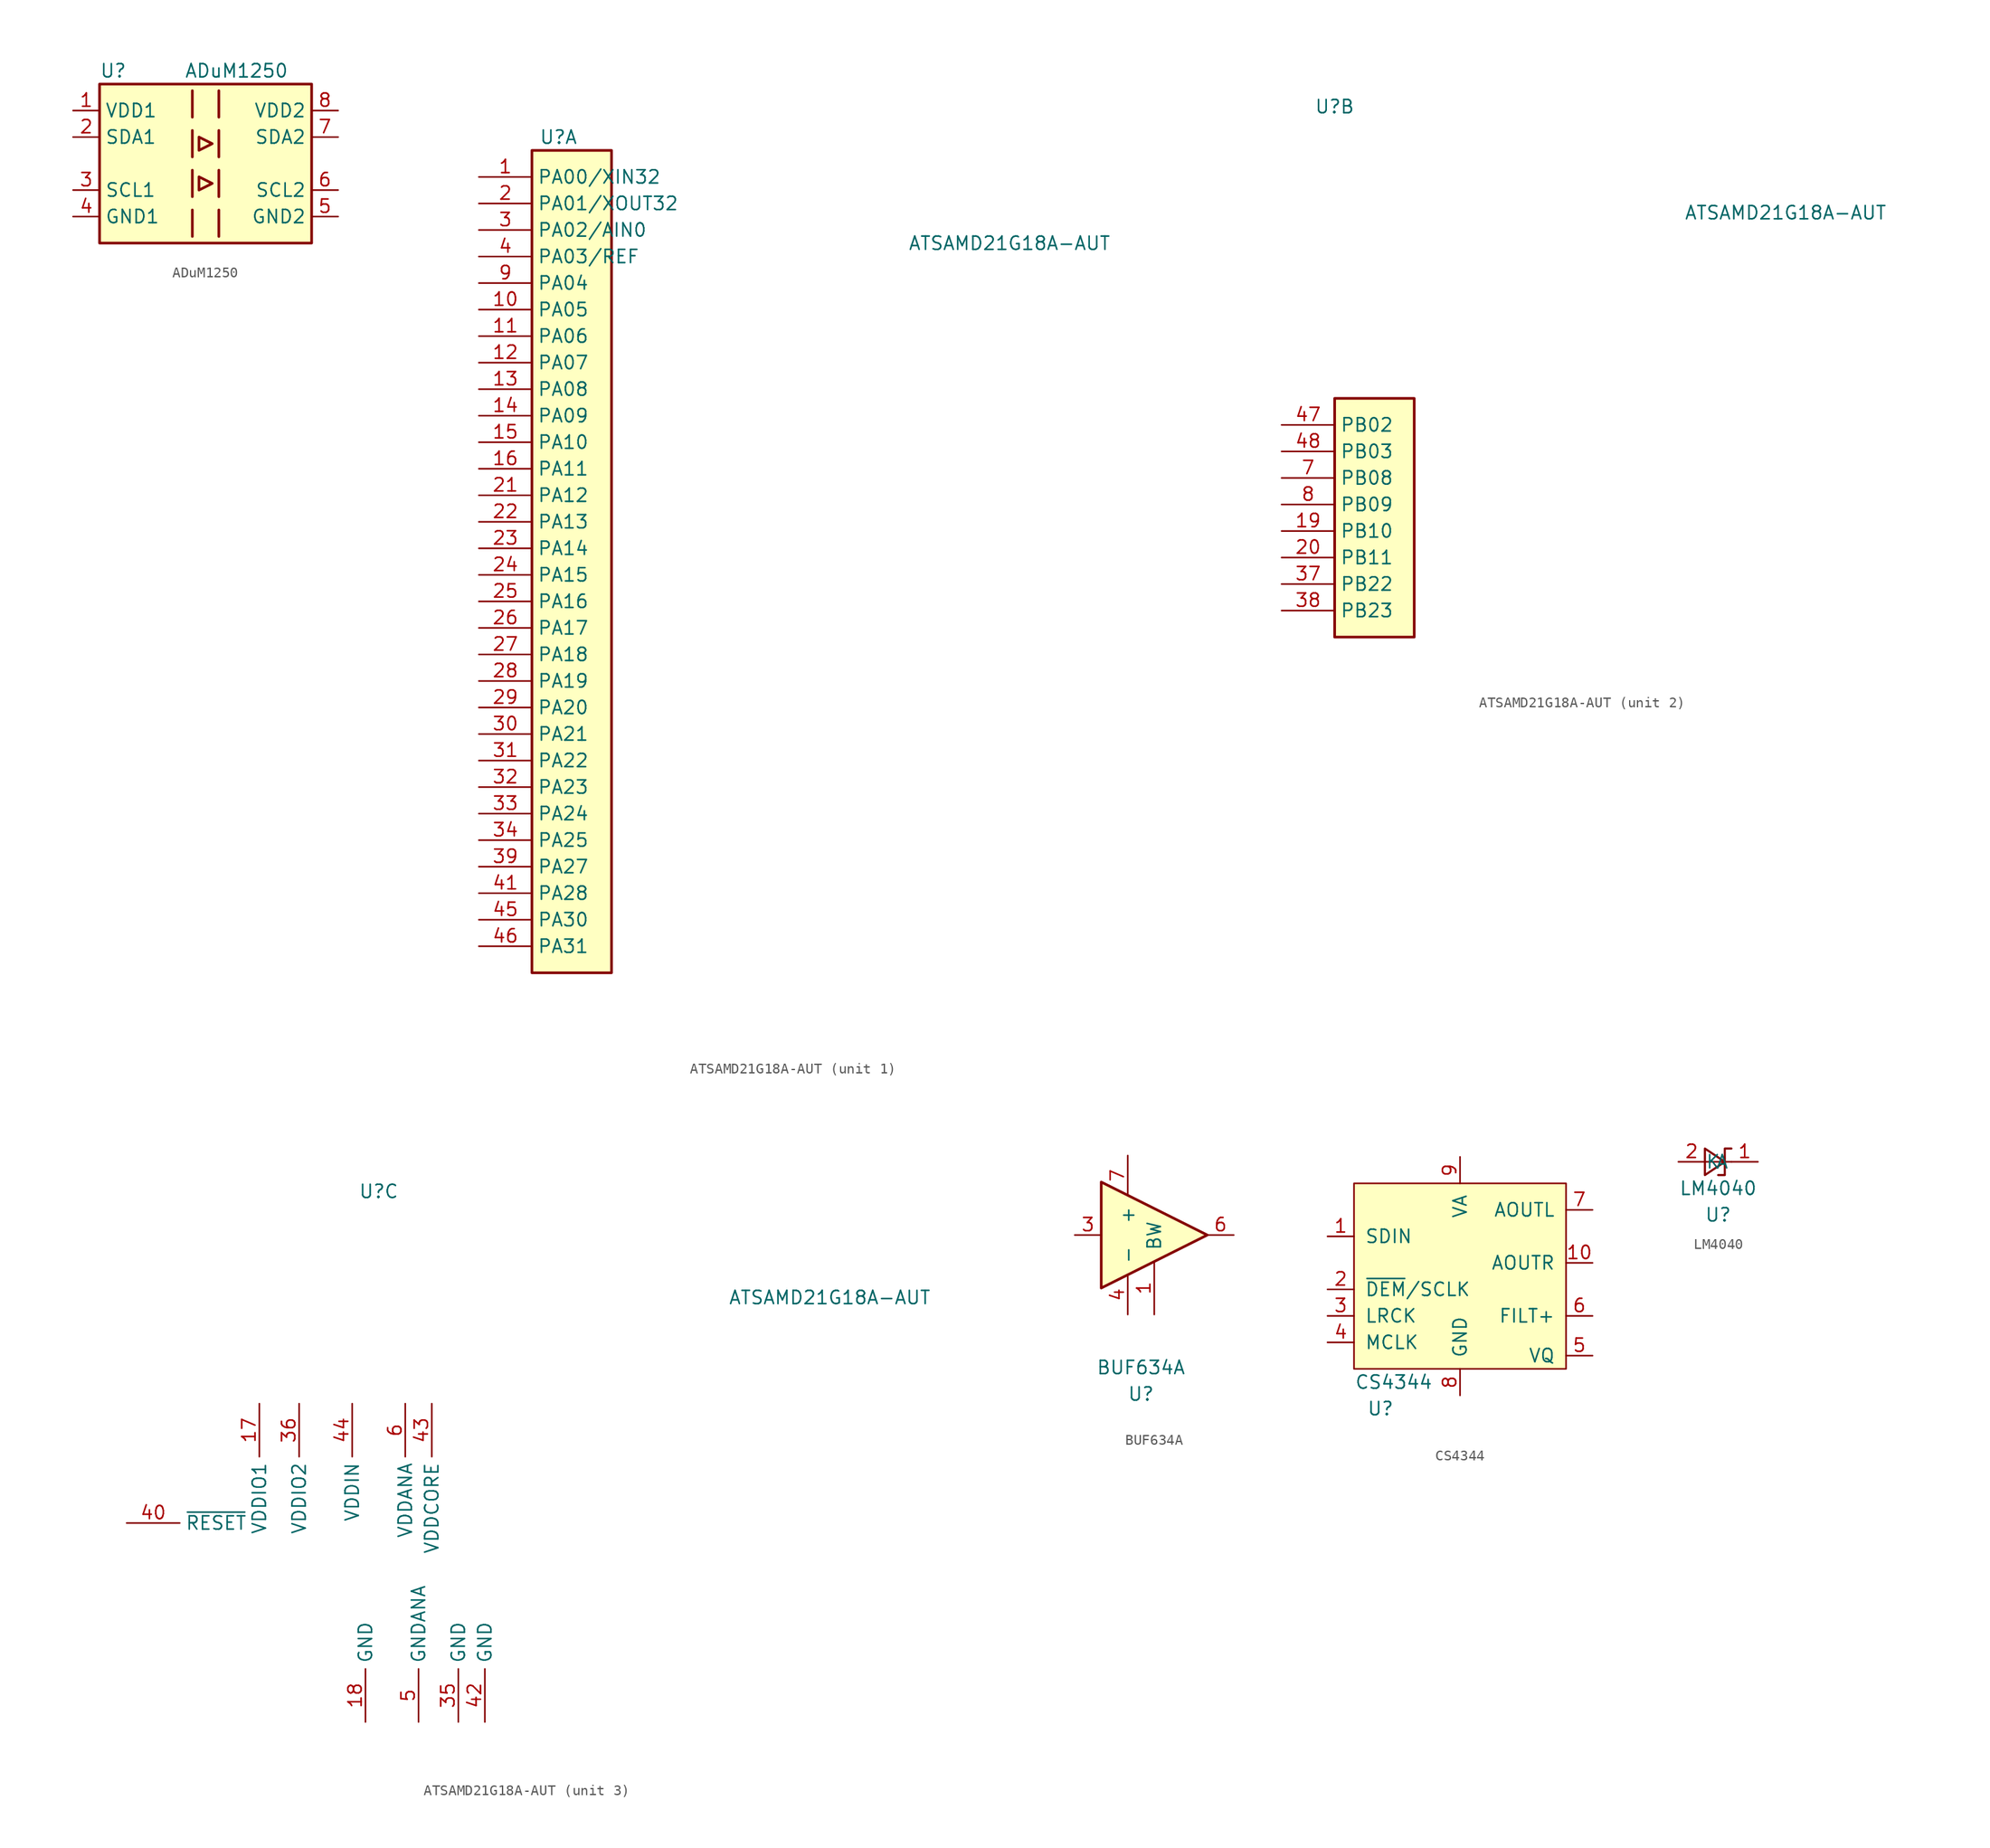
<source format=kicad_sym>
(kicad_symbol_lib
  (version 20231120)
  (generator "kicad_symbol_editor")
  (generator_version "8.0")
  (symbol "ADuM1250"
    (property "Reference" "U"
      (at -10.16 8.89 0)
      (effects (font (size 1.27 1.27)) (justify left)))
    (property "Value" "ADuM1250"
      (at -2.032 8.89 0)
      (effects (font (size 1.27 1.27)) (justify left)))
    (symbol "ADuM1250_0_1"
      (rectangle (start -10.16 7.62) (end 10.16 -7.62) (stroke (width 0.254) (type default)) (fill (type background)))
      (polyline (pts (xy -1.27 -4.445) (xy -1.27 -6.985)) (stroke (width 0.254) (type default)) (fill (type none)))
      (polyline (pts (xy -1.27 -0.635) (xy -1.27 -3.175)) (stroke (width 0.254) (type default)) (fill (type none)))
      (polyline (pts (xy -1.27 3.175) (xy -1.27 0.635)) (stroke (width 0.254) (type default)) (fill (type none)))
      (polyline (pts (xy -1.27 6.985) (xy -1.27 4.445)) (stroke (width 0.254) (type default)) (fill (type none)))
      (polyline (pts (xy 1.27 -4.445) (xy 1.27 -6.985)) (stroke (width 0.254) (type default)) (fill (type none)))
      (polyline (pts (xy 1.27 -0.635) (xy 1.27 -3.175)) (stroke (width 0.254) (type default)) (fill (type none)))
      (polyline (pts (xy 1.27 3.175) (xy 1.27 0.635)) (stroke (width 0.254) (type default)) (fill (type none)))
      (polyline (pts (xy 1.27 6.985) (xy 1.27 4.445)) (stroke (width 0.254) (type default)) (fill (type none)))
      (polyline (pts (xy -0.635 -1.27) (xy -0.635 -2.54) (xy 0.635 -1.905) (xy -0.635 -1.27)) (stroke (width 0.254) (type default)) (fill (type none)))
      (polyline (pts (xy -0.635 1.27) (xy 0.635 1.905) (xy -0.635 2.54) (xy -0.635 1.27)) (stroke (width 0.254) (type default)) (fill (type none))))
    (symbol "ADuM1250_1_1"
      (pin power_in line (at -12.7 5.08 0) (length 2.54) (name "VDD1" (effects (font (size 1.27 1.27)))) (number "1" (effects (font (size 1.27 1.27)))))
      (pin bidirectional line (at -12.7 2.54 0) (length 2.54) (name "SDA1" (effects (font (size 1.27 1.27)))) (number "2" (effects (font (size 1.27 1.27)))))
      (pin bidirectional line (at -12.7 -2.54 0) (length 2.54) (name "SCL1" (effects (font (size 1.27 1.27)))) (number "3" (effects (font (size 1.27 1.27)))))
      (pin power_in line (at -12.7 -5.08 0) (length 2.54) (name "GND1" (effects (font (size 1.27 1.27)))) (number "4" (effects (font (size 1.27 1.27)))))
      (pin power_in line (at 12.7 -5.08 180) (length 2.54) (name "GND2" (effects (font (size 1.27 1.27)))) (number "5" (effects (font (size 1.27 1.27)))))
      (pin bidirectional line (at 12.7 -2.54 180) (length 2.54) (name "SCL2" (effects (font (size 1.27 1.27)))) (number "6" (effects (font (size 1.27 1.27)))))
      (pin bidirectional line (at 12.7 2.54 180) (length 2.54) (name "SDA2" (effects (font (size 1.27 1.27)))) (number "7" (effects (font (size 1.27 1.27)))))
      (pin power_in line (at 12.7 5.08 180) (length 2.54) (name "VDD2" (effects (font (size 1.27 1.27)))) (number "8" (effects (font (size 1.27 1.27)))))))
  (symbol "ATSAMD21G18A-AUT"
    (property "Reference" "U"
      (at -1.27 39.37 0)
      (effects (font (size 1.27 1.27))))
    (property "Value" "ATSAMD21G18A-AUT"
      (at 41.91 29.21 0)
      (effects (font (size 1.27 1.27))))
    (property "ki_locked" ""
      (at 0 0 0)
      (effects (font (size 1.27 1.27))))
    (symbol "ATSAMD21G18A-AUT_1_1"
      (rectangle (start -3.81 38.1) (end 3.81 -40.64) (stroke (width 0.254) (type default)) (fill (type background)))
      (pin bidirectional line (at -8.89 35.56 0) (length 5.08) (name "PA00/XIN32" (effects (font (size 1.27 1.27)))) (number "1" (effects (font (size 1.27 1.27)))))
      (pin bidirectional line (at -8.89 22.86 0) (length 5.08) (name "PA05" (effects (font (size 1.27 1.27)))) (number "10" (effects (font (size 1.27 1.27)))))
      (pin bidirectional line (at -8.89 20.32 0) (length 5.08) (name "PA06" (effects (font (size 1.27 1.27)))) (number "11" (effects (font (size 1.27 1.27)))))
      (pin bidirectional line (at -8.89 17.78 0) (length 5.08) (name "PA07" (effects (font (size 1.27 1.27)))) (number "12" (effects (font (size 1.27 1.27)))))
      (pin bidirectional line (at -8.89 15.24 0) (length 5.08) (name "PA08" (effects (font (size 1.27 1.27)))) (number "13" (effects (font (size 1.27 1.27)))))
      (pin bidirectional line (at -8.89 12.7 0) (length 5.08) (name "PA09" (effects (font (size 1.27 1.27)))) (number "14" (effects (font (size 1.27 1.27)))))
      (pin bidirectional line (at -8.89 10.16 0) (length 5.08) (name "PA10" (effects (font (size 1.27 1.27)))) (number "15" (effects (font (size 1.27 1.27)))))
      (pin bidirectional line (at -8.89 7.62 0) (length 5.08) (name "PA11" (effects (font (size 1.27 1.27)))) (number "16" (effects (font (size 1.27 1.27)))))
      (pin bidirectional line (at -8.89 33.02 0) (length 5.08) (name "PA01/XOUT32" (effects (font (size 1.27 1.27)))) (number "2" (effects (font (size 1.27 1.27)))))
      (pin bidirectional line (at -8.89 5.08 0) (length 5.08) (name "PA12" (effects (font (size 1.27 1.27)))) (number "21" (effects (font (size 1.27 1.27)))))
      (pin bidirectional line (at -8.89 2.54 0) (length 5.08) (name "PA13" (effects (font (size 1.27 1.27)))) (number "22" (effects (font (size 1.27 1.27)))))
      (pin bidirectional line (at -8.89 0 0) (length 5.08) (name "PA14" (effects (font (size 1.27 1.27)))) (number "23" (effects (font (size 1.27 1.27)))))
      (pin bidirectional line (at -8.89 -2.54 0) (length 5.08) (name "PA15" (effects (font (size 1.27 1.27)))) (number "24" (effects (font (size 1.27 1.27)))))
      (pin bidirectional line (at -8.89 -5.08 0) (length 5.08) (name "PA16" (effects (font (size 1.27 1.27)))) (number "25" (effects (font (size 1.27 1.27)))))
      (pin bidirectional line (at -8.89 -7.62 0) (length 5.08) (name "PA17" (effects (font (size 1.27 1.27)))) (number "26" (effects (font (size 1.27 1.27)))))
      (pin bidirectional line (at -8.89 -10.16 0) (length 5.08) (name "PA18" (effects (font (size 1.27 1.27)))) (number "27" (effects (font (size 1.27 1.27)))))
      (pin bidirectional line (at -8.89 -12.7 0) (length 5.08) (name "PA19" (effects (font (size 1.27 1.27)))) (number "28" (effects (font (size 1.27 1.27)))))
      (pin bidirectional line (at -8.89 -15.24 0) (length 5.08) (name "PA20" (effects (font (size 1.27 1.27)))) (number "29" (effects (font (size 1.27 1.27)))))
      (pin bidirectional line (at -8.89 30.48 0) (length 5.08) (name "PA02/AIN0" (effects (font (size 1.27 1.27)))) (number "3" (effects (font (size 1.27 1.27)))))
      (pin bidirectional line (at -8.89 -17.78 0) (length 5.08) (name "PA21" (effects (font (size 1.27 1.27)))) (number "30" (effects (font (size 1.27 1.27)))))
      (pin bidirectional line (at -8.89 -20.32 0) (length 5.08) (name "PA22" (effects (font (size 1.27 1.27)))) (number "31" (effects (font (size 1.27 1.27)))))
      (pin bidirectional line (at -8.89 -22.86 0) (length 5.08) (name "PA23" (effects (font (size 1.27 1.27)))) (number "32" (effects (font (size 1.27 1.27)))))
      (pin bidirectional line (at -8.89 -25.4 0) (length 5.08) (name "PA24" (effects (font (size 1.27 1.27)))) (number "33" (effects (font (size 1.27 1.27)))))
      (pin bidirectional line (at -8.89 -27.94 0) (length 5.08) (name "PA25" (effects (font (size 1.27 1.27)))) (number "34" (effects (font (size 1.27 1.27)))))
      (pin bidirectional line (at -8.89 -30.48 0) (length 5.08) (name "PA27" (effects (font (size 1.27 1.27)))) (number "39" (effects (font (size 1.27 1.27)))))
      (pin bidirectional line (at -8.89 27.94 0) (length 5.08) (name "PA03/REF" (effects (font (size 1.27 1.27)))) (number "4" (effects (font (size 1.27 1.27)))))
      (pin bidirectional line (at -8.89 -33.02 0) (length 5.08) (name "PA28" (effects (font (size 1.27 1.27)))) (number "41" (effects (font (size 1.27 1.27)))))
      (pin bidirectional line (at -8.89 -35.56 0) (length 5.08) (name "PA30" (effects (font (size 1.27 1.27)))) (number "45" (effects (font (size 1.27 1.27)))))
      (pin bidirectional line (at -8.89 -38.1 0) (length 5.08) (name "PA31" (effects (font (size 1.27 1.27)))) (number "46" (effects (font (size 1.27 1.27)))))
      (pin bidirectional line (at -8.89 25.4 0) (length 5.08) (name "PA04" (effects (font (size 1.27 1.27)))) (number "9" (effects (font (size 1.27 1.27))))))
    (symbol "ATSAMD21G18A-AUT_2_1"
      (rectangle (start -1.27 11.43) (end 6.35 -11.43) (stroke (width 0.254) (type default)) (fill (type background)))
      (pin bidirectional line (at -6.35 -1.27 0) (length 5.08) (name "PB10" (effects (font (size 1.27 1.27)))) (number "19" (effects (font (size 1.27 1.27)))))
      (pin bidirectional line (at -6.35 -3.81 0) (length 5.08) (name "PB11" (effects (font (size 1.27 1.27)))) (number "20" (effects (font (size 1.27 1.27)))))
      (pin bidirectional line (at -6.35 -6.35 0) (length 5.08) (name "PB22" (effects (font (size 1.27 1.27)))) (number "37" (effects (font (size 1.27 1.27)))))
      (pin bidirectional line (at -6.35 -8.89 0) (length 5.08) (name "PB23" (effects (font (size 1.27 1.27)))) (number "38" (effects (font (size 1.27 1.27)))))
      (pin bidirectional line (at -6.35 8.89 0) (length 5.08) (name "PB02" (effects (font (size 1.27 1.27)))) (number "47" (effects (font (size 1.27 1.27)))))
      (pin bidirectional line (at -6.35 6.35 0) (length 5.08) (name "PB03" (effects (font (size 1.27 1.27)))) (number "48" (effects (font (size 1.27 1.27)))))
      (pin bidirectional line (at -6.35 3.81 0) (length 5.08) (name "PB08" (effects (font (size 1.27 1.27)))) (number "7" (effects (font (size 1.27 1.27)))))
      (pin bidirectional line (at -6.35 1.27 0) (length 5.08) (name "PB09" (effects (font (size 1.27 1.27)))) (number "8" (effects (font (size 1.27 1.27))))))
    (symbol "ATSAMD21G18A-AUT_3_1"
      (pin power_in line (at -12.7 19.05 270) (length 5.08) (name "VDDIO1" (effects (font (size 1.27 1.27)))) (number "17" (effects (font (size 1.27 1.27)))))
      (pin power_in line (at -2.54 -11.43 90) (length 5.08) (name "GND" (effects (font (size 1.27 1.27)))) (number "18" (effects (font (size 1.27 1.27)))))
      (pin power_in line (at 6.35 -11.43 90) (length 5.08) (name "GND" (effects (font (size 1.27 1.27)))) (number "35" (effects (font (size 1.27 1.27)))))
      (pin power_in line (at -8.89 19.05 270) (length 5.08) (name "VDDIO2" (effects (font (size 1.27 1.27)))) (number "36" (effects (font (size 1.27 1.27)))))
      (pin input line (at -25.4 7.62 0) (length 5.08) (name "~{RESET}" (effects (font (size 1.27 1.27)))) (number "40" (effects (font (size 1.27 1.27)))))
      (pin power_in line (at 8.89 -11.43 90) (length 5.08) (name "GND" (effects (font (size 1.27 1.27)))) (number "42" (effects (font (size 1.27 1.27)))))
      (pin power_out line (at 3.81 19.05 270) (length 5.08) (name "VDDCORE" (effects (font (size 1.27 1.27)))) (number "43" (effects (font (size 1.27 1.27)))))
      (pin power_in line (at -3.81 19.05 270) (length 5.08) (name "VDDIN" (effects (font (size 1.27 1.27)))) (number "44" (effects (font (size 1.27 1.27)))))
      (pin power_in line (at 2.54 -11.43 90) (length 5.08) (name "GNDANA" (effects (font (size 1.27 1.27)))) (number "5" (effects (font (size 1.27 1.27)))))
      (pin power_in line (at 1.27 19.05 270) (length 5.08) (name "VDDANA" (effects (font (size 1.27 1.27)))) (number "6" (effects (font (size 1.27 1.27)))))))
  (symbol "BUF634A"
    (pin_names
      (offset 1.016))
    (property "Reference" "U"
      (at 0 -15.24 0)
      (effects (font (size 1.27 1.27))))
    (property "Value" "BUF634A"
      (at 0 -12.7 0)
      (effects (font (size 1.27 1.27))))
    (symbol "BUF634A_1_1"
      (polyline (pts (xy 6.35 0) (xy -3.81 5.08) (xy -3.81 -5.08) (xy 6.35 0)) (stroke (width 0.254) (type default)) (fill (type background)))
      (pin bidirectional line (at 1.27 -7.62 90) (length 5.08) (name "BW" (effects (font (size 1.27 1.27)))) (number "1" (effects (font (size 1.27 1.27)))))
      (pin no_connect line (at 2.54 -5.08 90) (length 2.54) hide (name "NC" (effects (font (size 1.27 1.27)))) (number "2" (effects (font (size 1.27 1.27)))))
      (pin input line (at -6.35 0 0) (length 2.54) (name "~" (effects (font (size 1.27 1.27)))) (number "3" (effects (font (size 1.27 1.27)))))
      (pin power_in line (at -1.27 -7.62 90) (length 3.81) (name "-" (effects (font (size 1.27 1.27)))) (number "4" (effects (font (size 1.27 1.27)))))
      (pin no_connect line (at 3.81 -5.08 90) (length 2.54) hide (name "NC" (effects (font (size 1.27 1.27)))) (number "5" (effects (font (size 1.27 1.27)))))
      (pin output line (at 8.89 0 180) (length 2.54) (name "~" (effects (font (size 1.27 1.27)))) (number "6" (effects (font (size 1.27 1.27)))))
      (pin power_in line (at -1.27 7.62 270) (length 3.81) (name "+" (effects (font (size 1.27 1.27)))) (number "7" (effects (font (size 1.27 1.27)))))
      (pin no_connect line (at 5.08 -5.08 90) (length 2.54) hide (name "NC" (effects (font (size 1.27 1.27)))) (number "8" (effects (font (size 1.27 1.27)))))))
  (symbol "CS4344"
    (pin_names
      (offset 1.016))
    (property "Reference" "U"
      (at -7.62 -12.7 0)
      (effects (font (size 1.27 1.27))))
    (property "Value" "CS4344"
      (at -6.35 -10.16 0)
      (effects (font (size 1.27 1.27))))
    (symbol "CS4344_0_1"
      (rectangle (start -10.16 8.89) (end 10.16 -8.89) (stroke (width 0) (type default)) (fill (type background))))
    (symbol "CS4344_1_1"
      (pin input line (at -12.7 3.81 0) (length 2.54) (name "SDIN" (effects (font (size 1.27 1.27)))) (number "1" (effects (font (size 1.27 1.27)))))
      (pin output line (at 12.7 1.27 180) (length 2.54) (name "AOUTR" (effects (font (size 1.27 1.27)))) (number "10" (effects (font (size 1.27 1.27)))))
      (pin input line (at -12.7 -1.27 0) (length 2.54) (name "~{DEM}/SCLK" (effects (font (size 1.27 1.27)))) (number "2" (effects (font (size 1.27 1.27)))))
      (pin input line (at -12.7 -3.81 0) (length 2.54) (name "LRCK" (effects (font (size 1.27 1.27)))) (number "3" (effects (font (size 1.27 1.27)))))
      (pin input line (at -12.7 -6.35 0) (length 2.54) (name "MCLK" (effects (font (size 1.27 1.27)))) (number "4" (effects (font (size 1.27 1.27)))))
      (pin output line (at 12.7 -7.62 180) (length 2.54) (name "VQ" (effects (font (size 1.27 1.27)))) (number "5" (effects (font (size 1.27 1.27)))))
      (pin output line (at 12.7 -3.81 180) (length 2.54) (name "FILT+" (effects (font (size 1.27 1.27)))) (number "6" (effects (font (size 1.27 1.27)))))
      (pin output line (at 12.7 6.35 180) (length 2.54) (name "AOUTL" (effects (font (size 1.27 1.27)))) (number "7" (effects (font (size 1.27 1.27)))))
      (pin power_in line (at 0 -11.43 90) (length 2.54) (name "GND" (effects (font (size 1.27 1.27)))) (number "8" (effects (font (size 1.27 1.27)))))
      (pin power_in line (at 0 11.43 270) (length 2.54) (name "VA" (effects (font (size 1.27 1.27)))) (number "9" (effects (font (size 1.27 1.27)))))))
  (symbol "LM4040"
    (pin_names
      (offset 1.016))
    (property "Reference" "U"
      (at 0 -5.08 0)
      (effects (font (size 1.27 1.27))))
    (property "Value" "LM4040"
      (at 0 -2.54 0)
      (effects (font (size 1.27 1.27))))
    (symbol "LM4040_1_1"
      (polyline (pts (xy -1.27 0) (xy 0 0) (xy 1.27 0)) (stroke (width 0) (type default)) (fill (type none)))
      (polyline (pts (xy -1.27 -1.27) (xy 0.635 0) (xy -1.27 1.27) (xy -1.27 -1.27)) (stroke (width 0.203) (type default)) (fill (type none)))
      (polyline (pts (xy 0 -1.27) (xy 0.635 -1.27) (xy 0.635 1.27) (xy 1.27 1.27)) (stroke (width 0.203) (type default)) (fill (type none)))
      (pin passive line (at 3.81 0 180) (length 2.54) (name "K" (effects (font (size 1.27 1.27)))) (number "1" (effects (font (size 1.27 1.27)))))
      (pin passive line (at -3.81 0 0) (length 2.54) (name "A" (effects (font (size 1.27 1.27)))) (number "2" (effects (font (size 1.27 1.27)))))
      (pin no_connect line (at -3.81 2.54 0) (length 2.54) hide (name "NC" (effects (font (size 1.27 1.27)))) (number "3" (effects (font (size 1.27 1.27))))))))
</source>
